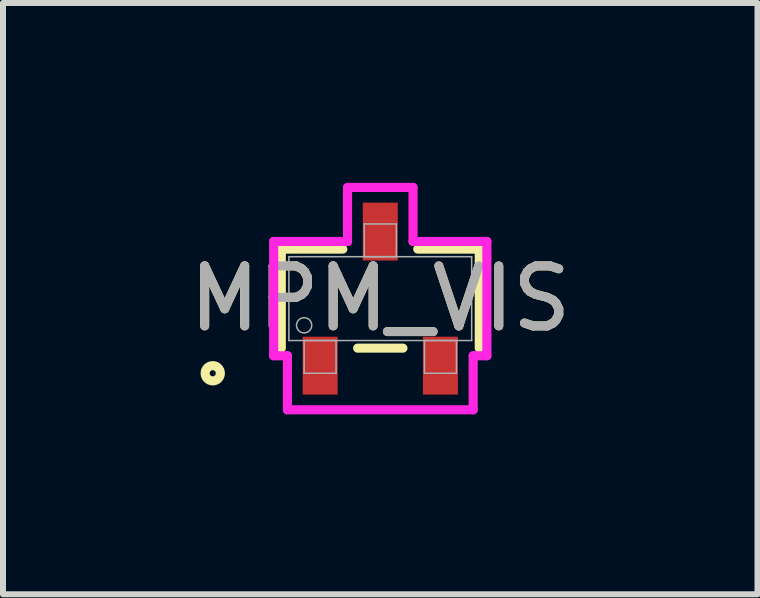
<source format=kicad_pcb>
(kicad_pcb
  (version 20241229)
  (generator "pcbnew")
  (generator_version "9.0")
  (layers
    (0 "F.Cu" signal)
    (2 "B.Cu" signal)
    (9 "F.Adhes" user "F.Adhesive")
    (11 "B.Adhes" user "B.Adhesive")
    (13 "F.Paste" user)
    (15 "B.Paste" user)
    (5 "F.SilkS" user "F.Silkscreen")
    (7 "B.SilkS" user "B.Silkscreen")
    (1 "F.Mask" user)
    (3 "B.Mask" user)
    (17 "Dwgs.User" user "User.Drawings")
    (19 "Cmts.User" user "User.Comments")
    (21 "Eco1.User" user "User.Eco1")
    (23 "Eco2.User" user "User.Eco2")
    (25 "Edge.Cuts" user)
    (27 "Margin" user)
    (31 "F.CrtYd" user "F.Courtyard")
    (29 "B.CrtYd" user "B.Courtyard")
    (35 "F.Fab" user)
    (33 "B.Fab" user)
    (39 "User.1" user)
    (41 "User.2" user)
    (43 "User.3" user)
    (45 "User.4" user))
  (footprint "MPM_VIS"
    (layer "F.Cu")
    (at 3.292 1.93)
    (property "Reference" "MPM_VIS" (at 0 0 0) (unlocked yes) (layer "F.SilkS") (effects (font (size 1 1) (thickness 0.15))))
    (attr smd)
    (fp_line (start -1.651 -0.826) (end -1.651 0.826) (stroke (width 0.152) (type solid)) (layer "F.SilkS"))
    (fp_line (start -0.625 -0.826) (end -1.651 -0.826) (stroke (width 0.152) (type solid)) (layer "F.SilkS"))
    (fp_line (start -0.378 0.826) (end 0.378 0.826) (stroke (width 0.152) (type solid)) (layer "F.SilkS"))
    (fp_line (start 1.651 -0.826) (end 0.625 -0.826) (stroke (width 0.152) (type solid)) (layer "F.SilkS"))
    (fp_line (start 1.651 0.826) (end 1.651 -0.826) (stroke (width 0.152) (type solid)) (layer "F.SilkS"))
    (fp_circle (center -2.794 1.245) (end -2.667 1.245) (stroke (width 0.152) (type solid)) (fill no) (layer "F.SilkS"))
    (fp_line (start -1.778 -0.953) (end -0.546 -0.953) (stroke (width 0.152) (type solid)) (layer "F.CrtYd"))
    (fp_line (start -1.778 0.953) (end -1.778 -0.953) (stroke (width 0.152) (type solid)) (layer "F.CrtYd"))
    (fp_line (start -1.778 0.953) (end -1.549 0.953) (stroke (width 0.152) (type solid)) (layer "F.CrtYd"))
    (fp_line (start -1.549 0.953) (end -1.549 1.854) (stroke (width 0.152) (type solid)) (layer "F.CrtYd"))
    (fp_line (start -1.549 1.854) (end 1.549 1.854) (stroke (width 0.152) (type solid)) (layer "F.CrtYd"))
    (fp_line (start -0.546 -1.854) (end 0.546 -1.854) (stroke (width 0.152) (type solid)) (layer "F.CrtYd"))
    (fp_line (start -0.546 -0.953) (end -0.546 -1.854) (stroke (width 0.152) (type solid)) (layer "F.CrtYd"))
    (fp_line (start 0.546 -0.953) (end 0.546 -1.854) (stroke (width 0.152) (type solid)) (layer "F.CrtYd"))
    (fp_line (start 1.549 0.953) (end 1.549 1.854) (stroke (width 0.152) (type solid)) (layer "F.CrtYd"))
    (fp_line (start 1.778 -0.953) (end 0.546 -0.953) (stroke (width 0.152) (type solid)) (layer "F.CrtYd"))
    (fp_line (start 1.778 -0.953) (end 1.778 0.953) (stroke (width 0.152) (type solid)) (layer "F.CrtYd"))
    (fp_line (start 1.778 0.953) (end 1.549 0.953) (stroke (width 0.152) (type solid)) (layer "F.CrtYd"))
    (fp_line (start -1.524 -0.699) (end -1.524 0.699) (stroke (width 0.025) (type solid)) (layer "F.Fab"))
    (fp_line (start -1.524 0.699) (end 1.524 0.699) (stroke (width 0.025) (type solid)) (layer "F.Fab"))
    (fp_line (start -1.27 0.699) (end -1.27 1.245) (stroke (width 0.025) (type solid)) (layer "F.Fab"))
    (fp_line (start -1.27 1.245) (end -0.737 1.245) (stroke (width 0.025) (type solid)) (layer "F.Fab"))
    (fp_line (start -0.737 0.699) (end -1.27 0.699) (stroke (width 0.025) (type solid)) (layer "F.Fab"))
    (fp_line (start -0.737 1.245) (end -0.737 0.699) (stroke (width 0.025) (type solid)) (layer "F.Fab"))
    (fp_line (start -0.267 -1.245) (end -0.267 -0.699) (stroke (width 0.025) (type solid)) (layer "F.Fab"))
    (fp_line (start -0.267 -0.699) (end 0.267 -0.699) (stroke (width 0.025) (type solid)) (layer "F.Fab"))
    (fp_line (start 0.267 -1.245) (end -0.267 -1.245) (stroke (width 0.025) (type solid)) (layer "F.Fab"))
    (fp_line (start 0.267 -0.699) (end 0.267 -1.245) (stroke (width 0.025) (type solid)) (layer "F.Fab"))
    (fp_line (start 0.737 0.699) (end 0.737 1.245) (stroke (width 0.025) (type solid)) (layer "F.Fab"))
    (fp_line (start 0.737 1.245) (end 1.27 1.245) (stroke (width 0.025) (type solid)) (layer "F.Fab"))
    (fp_line (start 1.27 0.699) (end 0.737 0.699) (stroke (width 0.025) (type solid)) (layer "F.Fab"))
    (fp_line (start 1.27 1.245) (end 1.27 0.699) (stroke (width 0.025) (type solid)) (layer "F.Fab"))
    (fp_line (start 1.524 -0.699) (end -1.524 -0.699) (stroke (width 0.025) (type solid)) (layer "F.Fab"))
    (fp_line (start 1.524 0.699) (end 1.524 -0.699) (stroke (width 0.025) (type solid)) (layer "F.Fab"))
    (fp_circle (center -1.27 0.445) (end -1.143 0.445) (stroke (width 0.025) (type solid)) (fill no) (layer "F.Fab"))
    (fp_text user "${REFERENCE}" (at 0 0 0) (unlocked yes) (layer "F.Fab") (effects (font (size 1 1) (thickness 0.15))))
    (pad "1" smd rect (at -1.003 1.118) (size 0.584 0.965) (layers "F.Cu" "F.Mask" "F.Paste"))
    (pad "2" smd rect (at 1.003 1.118) (size 0.584 0.965) (layers "F.Cu" "F.Mask" "F.Paste"))
    (pad "3" smd rect (at 0 -1.118) (size 0.584 0.965) (layers "F.Cu" "F.Mask" "F.Paste")))
  (gr_rect
    (start -3 -3)
    (end 9.583 6.861)
    (stroke (width 0.1) (type default))
    (fill no)
    (layer "Edge.Cuts")))
</source>
